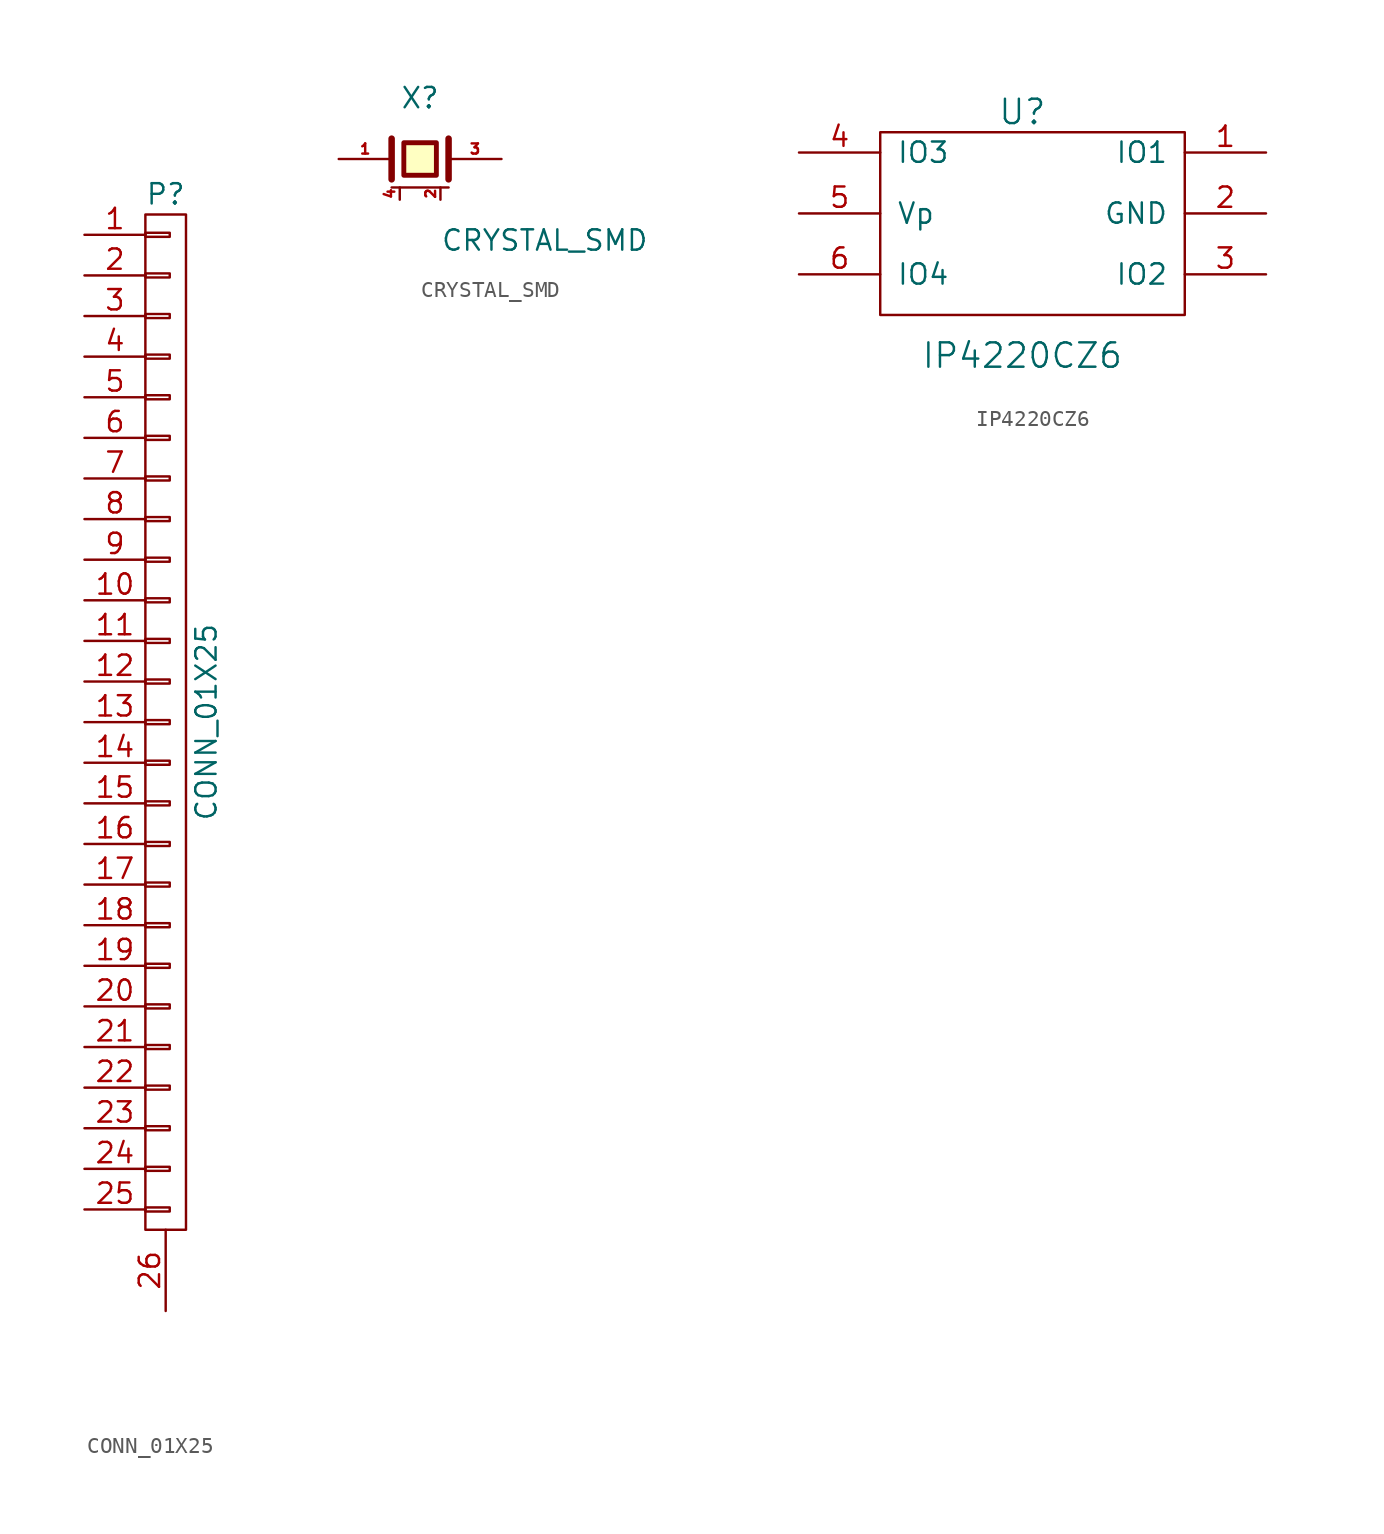
<source format=kicad_sym>
(kicad_symbol_lib
  (version 20231120)
  (generator "kicad_symbol_editor")
  (generator_version "8.0")
  (symbol "CONN_01X25"
    (pin_names
      (offset 1.016) hide)
    (property "Reference" "P"
      (at 0 33.02 0)
      (effects (font (size 1.27 1.27))))
    (property "Value" "CONN_01X25"
      (at 2.54 0 90)
      (effects (font (size 1.27 1.27))))
    (property "Footprint" ""
      (at 0 0 0)
      (effects (font (size 1.27 1.27))))
    (property "Datasheet" ""
      (at 0 0 0)
      (effects (font (size 1.27 1.27))))
    (symbol "CONN_01X25_0_1"
      (rectangle (start -1.27 -31.75) (end 1.27 31.75) (stroke (width 0) (type solid)) (fill (type none)))
      (rectangle (start -1.27 -30.353) (end 0.254 -30.607) (stroke (width 0) (type solid)) (fill (type none)))
      (rectangle (start -1.27 -27.813) (end 0.254 -28.067) (stroke (width 0) (type solid)) (fill (type none)))
      (rectangle (start -1.27 -25.273) (end 0.254 -25.527) (stroke (width 0) (type solid)) (fill (type none)))
      (rectangle (start -1.27 -22.733) (end 0.254 -22.987) (stroke (width 0) (type solid)) (fill (type none)))
      (rectangle (start -1.27 -20.193) (end 0.254 -20.447) (stroke (width 0) (type solid)) (fill (type none)))
      (rectangle (start -1.27 -17.653) (end 0.254 -17.907) (stroke (width 0) (type solid)) (fill (type none)))
      (rectangle (start -1.27 -15.113) (end 0.254 -15.367) (stroke (width 0) (type solid)) (fill (type none)))
      (rectangle (start -1.27 -12.573) (end 0.254 -12.827) (stroke (width 0) (type solid)) (fill (type none)))
      (rectangle (start -1.27 -10.033) (end 0.254 -10.287) (stroke (width 0) (type solid)) (fill (type none)))
      (rectangle (start -1.27 -7.493) (end 0.254 -7.747) (stroke (width 0) (type solid)) (fill (type none)))
      (rectangle (start -1.27 -4.953) (end 0.254 -5.207) (stroke (width 0) (type solid)) (fill (type none)))
      (rectangle (start -1.27 -2.413) (end 0.254 -2.667) (stroke (width 0) (type solid)) (fill (type none)))
      (rectangle (start -1.27 0.127) (end 0.254 -0.127) (stroke (width 0) (type solid)) (fill (type none)))
      (rectangle (start -1.27 2.667) (end 0.254 2.413) (stroke (width 0) (type solid)) (fill (type none)))
      (rectangle (start -1.27 5.207) (end 0.254 4.953) (stroke (width 0) (type solid)) (fill (type none)))
      (rectangle (start -1.27 7.747) (end 0.254 7.493) (stroke (width 0) (type solid)) (fill (type none)))
      (rectangle (start -1.27 10.287) (end 0.254 10.033) (stroke (width 0) (type solid)) (fill (type none)))
      (rectangle (start -1.27 12.827) (end 0.254 12.573) (stroke (width 0) (type solid)) (fill (type none)))
      (rectangle (start -1.27 15.367) (end 0.254 15.113) (stroke (width 0) (type solid)) (fill (type none)))
      (rectangle (start -1.27 17.907) (end 0.254 17.653) (stroke (width 0) (type solid)) (fill (type none)))
      (rectangle (start -1.27 20.447) (end 0.254 20.193) (stroke (width 0) (type solid)) (fill (type none)))
      (rectangle (start -1.27 22.987) (end 0.254 22.733) (stroke (width 0) (type solid)) (fill (type none)))
      (rectangle (start -1.27 25.527) (end 0.254 25.273) (stroke (width 0) (type solid)) (fill (type none)))
      (rectangle (start -1.27 28.067) (end 0.254 27.813) (stroke (width 0) (type solid)) (fill (type none)))
      (rectangle (start -1.27 30.607) (end 0.254 30.353) (stroke (width 0) (type solid)) (fill (type none))))
    (symbol "CONN_01X25_1_1"
      (pin passive line (at -5.08 30.48 0) (length 3.81) (name "P1" (effects (font (size 1.27 1.27)))) (number "1" (effects (font (size 1.27 1.27)))))
      (pin passive line (at -5.08 7.62 0) (length 3.81) (name "P10" (effects (font (size 1.27 1.27)))) (number "10" (effects (font (size 1.27 1.27)))))
      (pin passive line (at -5.08 5.08 0) (length 3.81) (name "P11" (effects (font (size 1.27 1.27)))) (number "11" (effects (font (size 1.27 1.27)))))
      (pin passive line (at -5.08 2.54 0) (length 3.81) (name "P12" (effects (font (size 1.27 1.27)))) (number "12" (effects (font (size 1.27 1.27)))))
      (pin passive line (at -5.08 0 0) (length 3.81) (name "P13" (effects (font (size 1.27 1.27)))) (number "13" (effects (font (size 1.27 1.27)))))
      (pin passive line (at -5.08 -2.54 0) (length 3.81) (name "P14" (effects (font (size 1.27 1.27)))) (number "14" (effects (font (size 1.27 1.27)))))
      (pin passive line (at -5.08 -5.08 0) (length 3.81) (name "P15" (effects (font (size 1.27 1.27)))) (number "15" (effects (font (size 1.27 1.27)))))
      (pin passive line (at -5.08 -7.62 0) (length 3.81) (name "P16" (effects (font (size 1.27 1.27)))) (number "16" (effects (font (size 1.27 1.27)))))
      (pin passive line (at -5.08 -10.16 0) (length 3.81) (name "P17" (effects (font (size 1.27 1.27)))) (number "17" (effects (font (size 1.27 1.27)))))
      (pin passive line (at -5.08 -12.7 0) (length 3.81) (name "P18" (effects (font (size 1.27 1.27)))) (number "18" (effects (font (size 1.27 1.27)))))
      (pin passive line (at -5.08 -15.24 0) (length 3.81) (name "P19" (effects (font (size 1.27 1.27)))) (number "19" (effects (font (size 1.27 1.27)))))
      (pin passive line (at -5.08 27.94 0) (length 3.81) (name "P2" (effects (font (size 1.27 1.27)))) (number "2" (effects (font (size 1.27 1.27)))))
      (pin passive line (at -5.08 -17.78 0) (length 3.81) (name "P20" (effects (font (size 1.27 1.27)))) (number "20" (effects (font (size 1.27 1.27)))))
      (pin passive line (at -5.08 -20.32 0) (length 3.81) (name "P21" (effects (font (size 1.27 1.27)))) (number "21" (effects (font (size 1.27 1.27)))))
      (pin passive line (at -5.08 -22.86 0) (length 3.81) (name "P22" (effects (font (size 1.27 1.27)))) (number "22" (effects (font (size 1.27 1.27)))))
      (pin passive line (at -5.08 -25.4 0) (length 3.81) (name "P23" (effects (font (size 1.27 1.27)))) (number "23" (effects (font (size 1.27 1.27)))))
      (pin passive line (at -5.08 -27.94 0) (length 3.81) (name "P24" (effects (font (size 1.27 1.27)))) (number "24" (effects (font (size 1.27 1.27)))))
      (pin passive line (at -5.08 -30.48 0) (length 3.81) (name "P25" (effects (font (size 1.27 1.27)))) (number "25" (effects (font (size 1.27 1.27)))))
      (pin input line (at 0 -36.83 90) (length 5.08) (name "Shield" (effects (font (size 1.27 1.27)))) (number "26" (effects (font (size 1.27 1.27)))))
      (pin passive line (at -5.08 25.4 0) (length 3.81) (name "P3" (effects (font (size 1.27 1.27)))) (number "3" (effects (font (size 1.27 1.27)))))
      (pin passive line (at -5.08 22.86 0) (length 3.81) (name "P4" (effects (font (size 1.27 1.27)))) (number "4" (effects (font (size 1.27 1.27)))))
      (pin passive line (at -5.08 20.32 0) (length 3.81) (name "P5" (effects (font (size 1.27 1.27)))) (number "5" (effects (font (size 1.27 1.27)))))
      (pin passive line (at -5.08 17.78 0) (length 3.81) (name "P6" (effects (font (size 1.27 1.27)))) (number "6" (effects (font (size 1.27 1.27)))))
      (pin passive line (at -5.08 15.24 0) (length 3.81) (name "P7" (effects (font (size 1.27 1.27)))) (number "7" (effects (font (size 1.27 1.27)))))
      (pin passive line (at -5.08 12.7 0) (length 3.81) (name "P8" (effects (font (size 1.27 1.27)))) (number "8" (effects (font (size 1.27 1.27)))))
      (pin passive line (at -5.08 10.16 0) (length 3.81) (name "P9" (effects (font (size 1.27 1.27)))) (number "9" (effects (font (size 1.27 1.27)))))))
  (symbol "CRYSTAL_SMD"
    (pin_names
      (offset 1.016) hide)
    (property "Reference" "X"
      (at 0 3.81 0)
      (effects (font (size 1.27 1.27))))
    (property "Value" "CRYSTAL_SMD"
      (at 1.27 -5.08 0)
      (effects (font (size 1.27 1.27)) (justify left)))
    (property "Footprint" ""
      (at 0 0 0)
      (effects (font (size 1.27 1.27))))
    (property "Datasheet" ""
      (at 0 0 0)
      (effects (font (size 1.27 1.27))))
    (symbol "CRYSTAL_SMD_0_1"
      (polyline (pts (xy -1.778 -1.778) (xy 1.778 -1.778)) (stroke (width 0) (type solid)) (fill (type none)))
      (polyline (pts (xy -1.778 1.27) (xy -1.778 -1.27)) (stroke (width 0.406) (type solid)) (fill (type none)))
      (polyline (pts (xy 1.778 1.27) (xy 1.778 -1.27)) (stroke (width 0.406) (type solid)) (fill (type none)))
      (polyline (pts (xy -1.016 1.016) (xy 1.016 1.016) (xy 1.016 -1.016) (xy -1.016 -1.016) (xy -1.016 1.016)) (stroke (width 0.305) (type solid)) (fill (type background))))
    (symbol "CRYSTAL_SMD_1_1"
      (pin passive line (at -5.08 0 0) (length 3.302) (name "1" (effects (font (size 0.508 0.508)))) (number "1" (effects (font (size 0.635 0.635)))))
      (pin input line (at 1.27 -2.54 90) (length 0.762) (name "_" (effects (font (size 0.508 0.508)))) (number "2" (effects (font (size 0.61 0.61)))))
      (pin passive line (at 5.08 0 180) (length 3.302) (name "3" (effects (font (size 0.508 0.508)))) (number "3" (effects (font (size 0.635 0.635)))))
      (pin passive line (at -1.27 -2.54 90) (length 0.762) (name "4" (effects (font (size 0.508 0.508)))) (number "4" (effects (font (size 0.635 0.635)))))))
  (symbol "IP4220CZ6"
    (pin_names
      (offset 1.016))
    (property "Reference" "U"
      (at 0 6.35 0)
      (effects (font (size 1.524 1.524))))
    (property "Value" "IP4220CZ6"
      (at 0 -8.89 0)
      (effects (font (size 1.524 1.524))))
    (property "Footprint" ""
      (at 6.35 1.27 0)
      (effects (font (size 1.524 1.524))))
    (property "Datasheet" ""
      (at 6.35 1.27 0)
      (effects (font (size 1.524 1.524))))
    (symbol "IP4220CZ6_0_1"
      (rectangle (start 10.16 5.08) (end -8.89 -6.35) (stroke (width 0) (type solid)) (fill (type none))))
    (symbol "IP4220CZ6_1_1"
      (pin passive line (at 15.24 3.81 180) (length 5.08) (name "IO1" (effects (font (size 1.27 1.27)))) (number "1" (effects (font (size 1.27 1.27)))))
      (pin passive line (at 15.24 0 180) (length 5.08) (name "GND" (effects (font (size 1.27 1.27)))) (number "2" (effects (font (size 1.27 1.27)))))
      (pin passive line (at 15.24 -3.81 180) (length 5.08) (name "IO2" (effects (font (size 1.27 1.27)))) (number "3" (effects (font (size 1.27 1.27)))))
      (pin passive line (at -13.97 3.81 0) (length 5.08) (name "IO3" (effects (font (size 1.27 1.27)))) (number "4" (effects (font (size 1.27 1.27)))))
      (pin passive line (at -13.97 0 0) (length 5.08) (name "Vp" (effects (font (size 1.27 1.27)))) (number "5" (effects (font (size 1.27 1.27)))))
      (pin passive line (at -13.97 -3.81 0) (length 5.08) (name "IO4" (effects (font (size 1.27 1.27)))) (number "6" (effects (font (size 1.27 1.27))))))))
</source>
